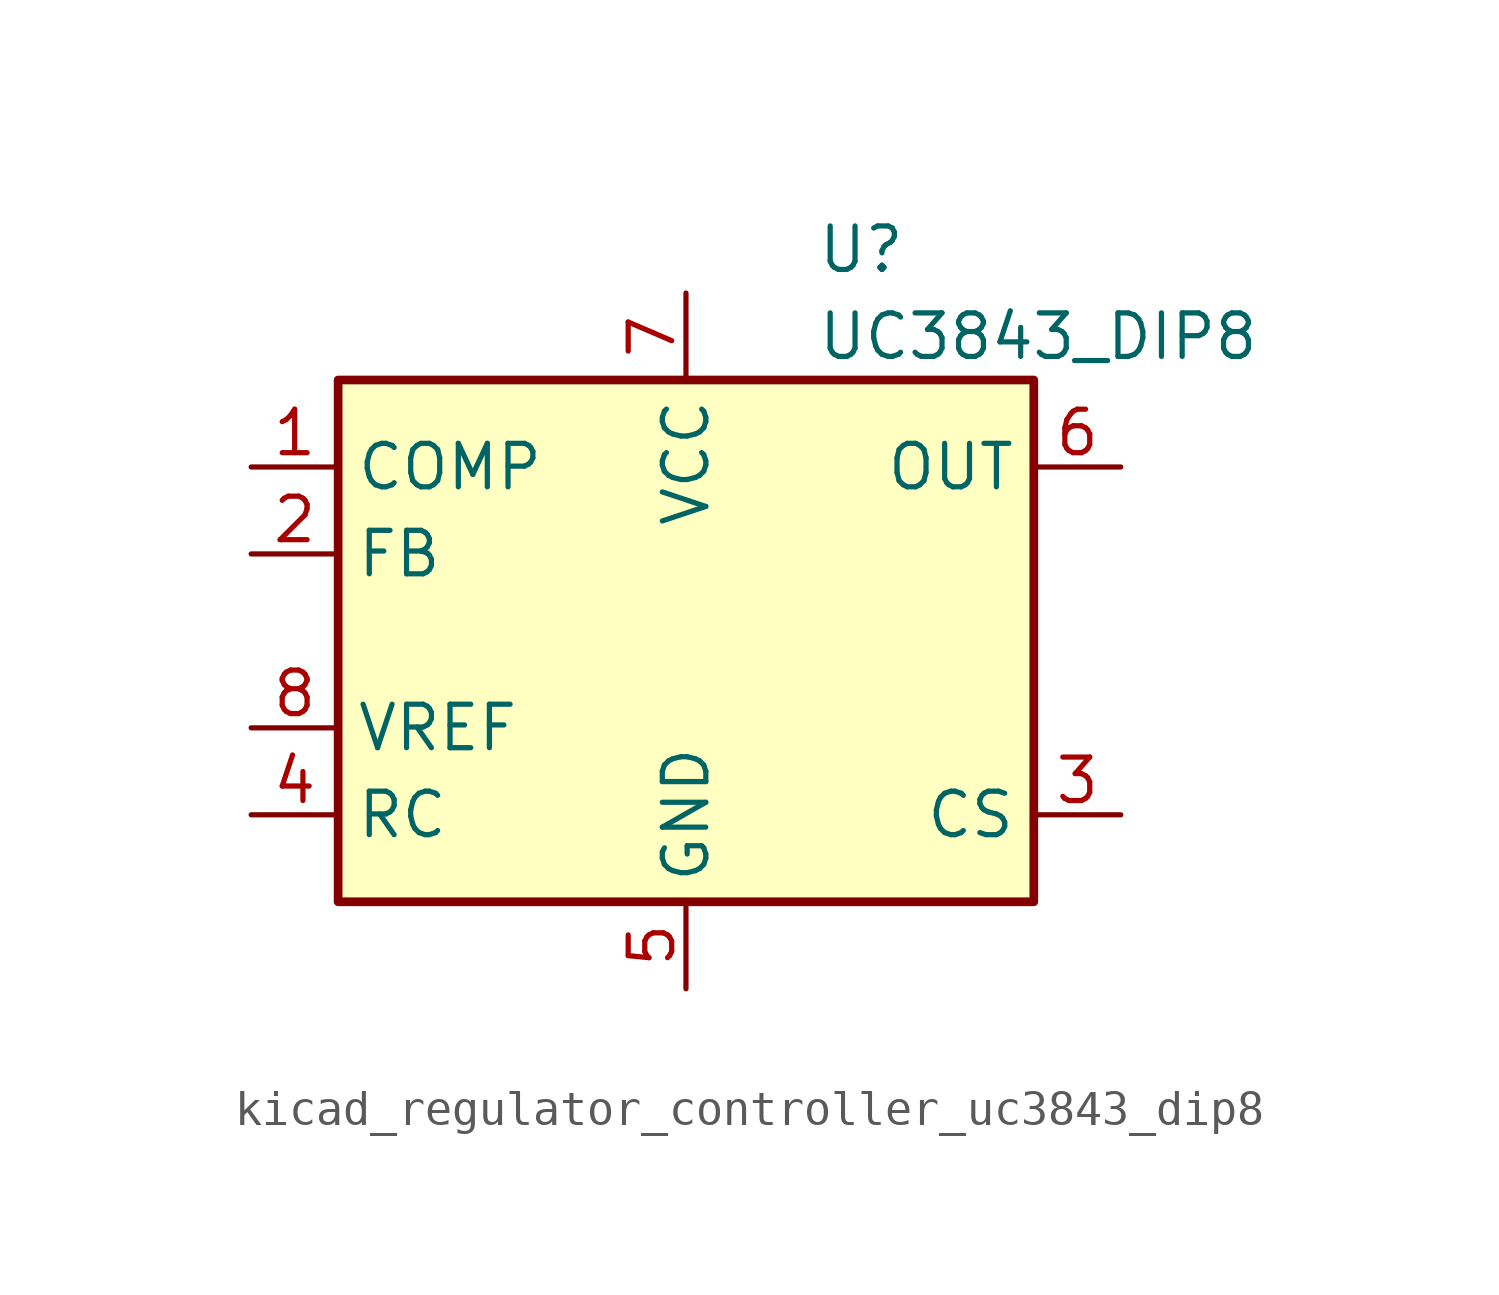
<source format=kicad_sym>
(kicad_symbol_lib
  (version 20220914)
  (generator kicad_symbol_editor)
  (symbol "kicad_regulator_controller_uc3843_dip8"
    (property "Reference" "U"
      (at 3.81 11.43 0)
      (effects (font (size 1.27 1.27)) (justify left)))
    (property "Value" "UC3843_DIP8"
      (at 3.81 8.89 0)
      (effects (font (size 1.27 1.27)) (justify left)))
    (symbol "kicad_regulator_controller_uc3843_dip8_0_1"
      (rectangle (start -10.16 -7.62) (end 10.16 7.62) (stroke (width 0.254) (type default)) (fill (type background))))
    (symbol "kicad_regulator_controller_uc3843_dip8_1_1"
      (pin passive line (at -12.7 5.08 0) (length 2.54) (name "COMP" (effects (font (size 1.27 1.27)))) (number "1" (effects (font (size 1.27 1.27)))))
      (pin input line (at -12.7 2.54 0) (length 2.54) (name "FB" (effects (font (size 1.27 1.27)))) (number "2" (effects (font (size 1.27 1.27)))))
      (pin input line (at 12.7 -5.08 180) (length 2.54) (name "CS" (effects (font (size 1.27 1.27)))) (number "3" (effects (font (size 1.27 1.27)))))
      (pin passive line (at -12.7 -5.08 0) (length 2.54) (name "RC" (effects (font (size 1.27 1.27)))) (number "4" (effects (font (size 1.27 1.27)))))
      (pin power_in line (at 0 -10.16 90) (length 2.54) (name "GND" (effects (font (size 1.27 1.27)))) (number "5" (effects (font (size 1.27 1.27)))))
      (pin output line (at 12.7 5.08 180) (length 2.54) (name "OUT" (effects (font (size 1.27 1.27)))) (number "6" (effects (font (size 1.27 1.27)))))
      (pin power_in line (at 0 10.16 270) (length 2.54) (name "VCC" (effects (font (size 1.27 1.27)))) (number "7" (effects (font (size 1.27 1.27)))))
      (pin power_out line (at -12.7 -2.54 0) (length 2.54) (name "VREF" (effects (font (size 1.27 1.27)))) (number "8" (effects (font (size 1.27 1.27))))))))
</source>
